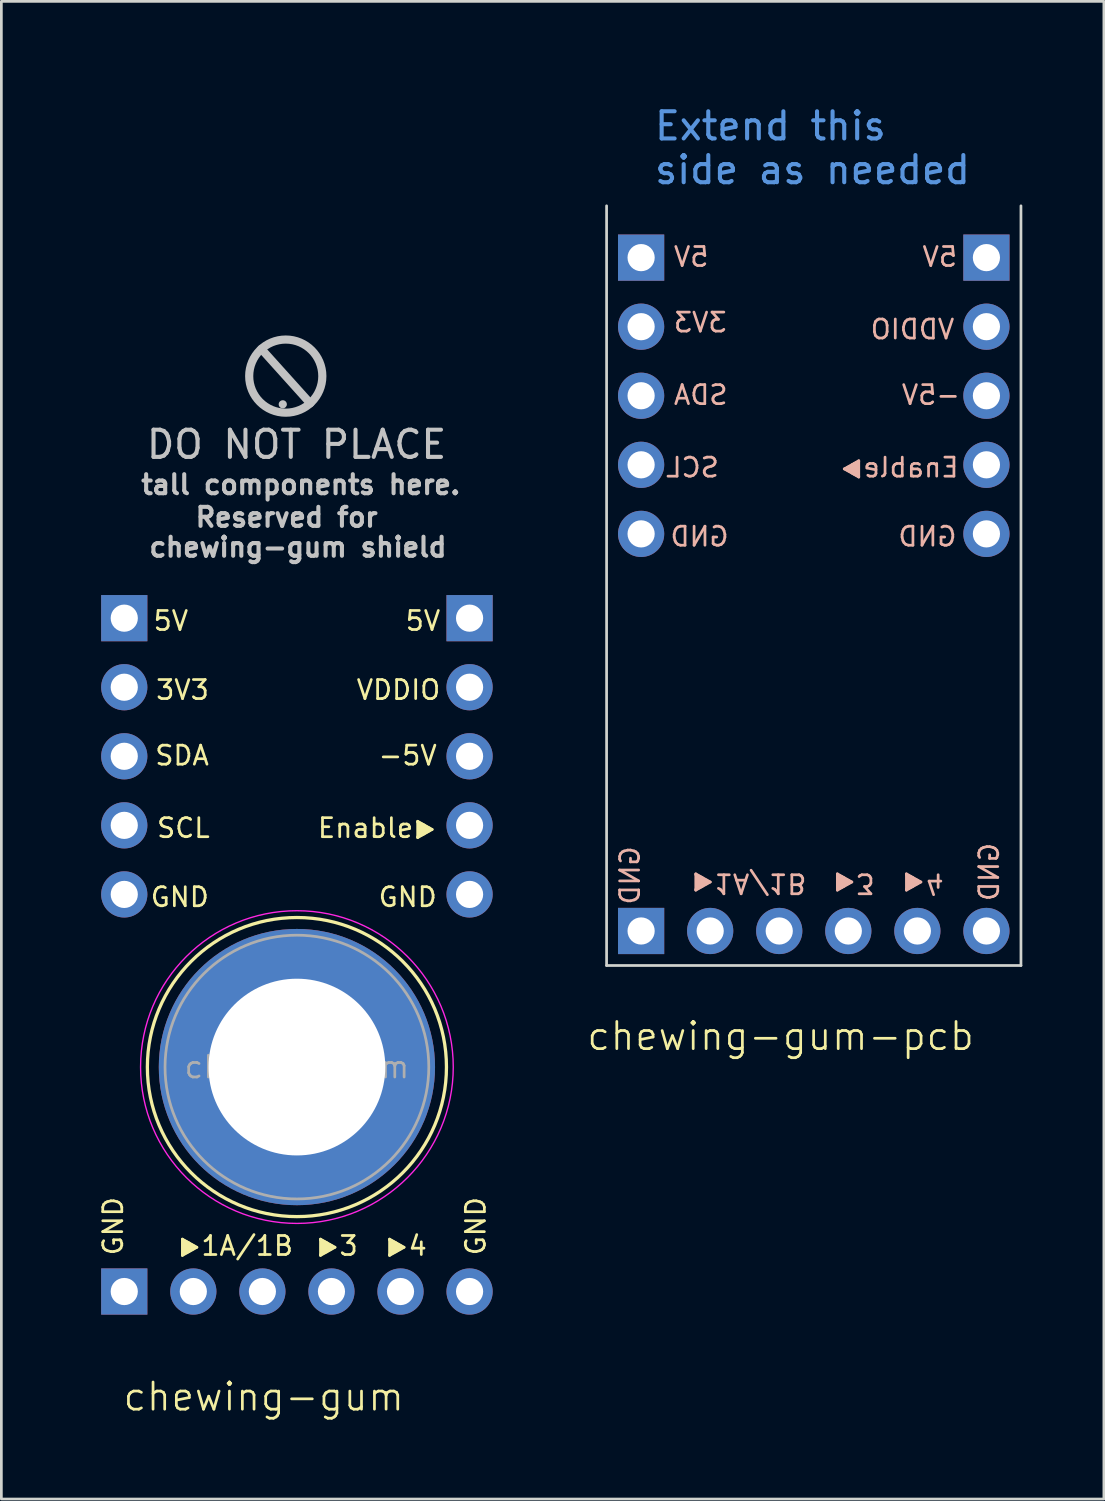
<source format=kicad_pcb>
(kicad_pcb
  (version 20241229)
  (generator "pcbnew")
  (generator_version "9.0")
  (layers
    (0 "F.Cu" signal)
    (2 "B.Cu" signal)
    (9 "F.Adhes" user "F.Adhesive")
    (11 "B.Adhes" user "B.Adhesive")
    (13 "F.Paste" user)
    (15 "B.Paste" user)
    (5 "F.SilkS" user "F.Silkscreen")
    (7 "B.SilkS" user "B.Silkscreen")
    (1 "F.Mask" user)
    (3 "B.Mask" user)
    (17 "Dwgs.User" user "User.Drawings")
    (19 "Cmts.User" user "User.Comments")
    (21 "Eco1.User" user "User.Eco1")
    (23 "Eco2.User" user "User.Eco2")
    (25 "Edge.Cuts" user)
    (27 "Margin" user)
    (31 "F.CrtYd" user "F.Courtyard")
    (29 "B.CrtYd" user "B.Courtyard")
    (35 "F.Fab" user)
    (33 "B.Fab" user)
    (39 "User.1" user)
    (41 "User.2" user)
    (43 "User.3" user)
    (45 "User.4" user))
  (footprint "chewing-gum"
    (layer "F.Cu")
    (at 0.25 45.72)
    (property "Reference" "chewing-gum" (at 6.4 2.6 0) (unlocked yes) (layer "F.SilkS") (effects (font (size 1 1) (thickness 0.1))))
    (attr through_hole)
    (fp_circle (center 7.62 -9.525) (end 13.12 -9.525) (stroke (width 0.12) (type solid)) (fill no) (layer "F.SilkS"))
    (fp_line (start 7.1 -33.9) (end 7.1 -33.9) (stroke (width 0.3) (type default)) (layer "Dwgs.User"))
    (fp_line (start 8.11 -33.937) (end 6.31 -35.937) (stroke (width 0.3) (type default)) (layer "Dwgs.User"))
    (fp_circle (center 7.21 -34.937) (end 8.555 -34.937) (stroke (width 0.3) (type default)) (fill no) (layer "Dwgs.User"))
    (fp_circle (center 7.62 -9.525) (end 13.37 -9.525) (stroke (width 0.05) (type solid)) (fill no) (layer "F.CrtYd"))
    (fp_circle (center 7.62 -9.525) (end 9.62 -9.525) (stroke (width 0.1) (type solid)) (fill no) (layer "F.Fab"))
    (fp_circle (center 7.62 -9.525) (end 12.47 -9.475) (stroke (width 0.1) (type solid)) (fill no) (layer "F.Fab"))
    (fp_text user "5V" (at 12.954 -25.527 0) (unlocked yes) (layer "F.SilkS") (effects (font (size 0.7 0.7) (thickness 0.1)) (justify right bottom)))
    (fp_text user "▶4" (at 10.795 -2.54 0) (unlocked yes) (layer "F.SilkS") (effects (font (size 0.7 0.7) (thickness 0.1)) (justify left bottom)))
    (fp_text user "SCL" (at 2.413 -17.907 0) (unlocked yes) (layer "F.SilkS") (effects (font (size 0.7 0.7) (thickness 0.1)) (justify left bottom)))
    (fp_text user "-5V" (at 12.827 -20.574 0) (unlocked yes) (layer "F.SilkS") (effects (font (size 0.7 0.7) (thickness 0.1)) (justify right bottom)))
    (fp_text user "GND" (at 1.27 -2.54 90) (unlocked yes) (layer "F.SilkS") (effects (font (size 0.7 0.7) (thickness 0.1)) (justify left bottom)))
    (fp_text user "▶3" (at 8.255 -2.54 0) (unlocked yes) (layer "F.SilkS") (effects (font (size 0.7 0.7) (thickness 0.1)) (justify left bottom)))
    (fp_text user "SDA" (at 4.445 -20.574 0) (unlocked yes) (layer "F.SilkS") (effects (font (size 0.7 0.7) (thickness 0.1)) (justify right bottom)))
    (fp_text user "3V3" (at 4.445 -22.987 0) (unlocked yes) (layer "F.SilkS") (effects (font (size 0.7 0.7) (thickness 0.1)) (justify right bottom)))
    (fp_text user "Enable▶" (at 12.827 -17.907 0) (unlocked yes) (layer "F.SilkS") (effects (font (size 0.7 0.7) (thickness 0.1)) (justify right bottom)))
    (fp_text user "▶1A/1B" (at 3.175 -2.54 0) (unlocked yes) (layer "F.SilkS") (effects (font (size 0.7 0.7) (thickness 0.1)) (justify left bottom)))
    (fp_text user "VDDIO" (at 12.954 -22.987 0) (unlocked yes) (layer "F.SilkS") (effects (font (size 0.7 0.7) (thickness 0.1)) (justify right bottom)))
    (fp_text user "GND" (at 14.605 -2.54 90) (unlocked yes) (layer "F.SilkS") (effects (font (size 0.7 0.7) (thickness 0.1)) (justify left bottom)))
    (fp_text user "GND" (at 12.827 -15.367 0) (unlocked yes) (layer "F.SilkS") (effects (font (size 0.7 0.7) (thickness 0.1)) (justify right bottom)))
    (fp_text user "GND" (at 4.445 -15.367 0) (unlocked yes) (layer "F.SilkS") (effects (font (size 0.7 0.7) (thickness 0.1)) (justify right bottom)))
    (fp_text user "5V" (at 3.683 -25.527 0) (unlocked yes) (layer "F.SilkS") (effects (font (size 0.7 0.7) (thickness 0.1)) (justify right bottom)))
    (fp_text user "DO NOT PLACE" (at 2.01 -31.837 0) (unlocked yes) (layer "Dwgs.User") (effects (font (size 1 1) (thickness 0.15)) (justify left bottom)))
    (fp_text user "tall components here." (at 1.81 -30.537 0) (unlocked yes) (layer "Dwgs.User") (effects (font (size 0.7 0.7) (thickness 0.15)) (justify left bottom)))
    (fp_text user "chewing-gum shield" (at 2.11 -28.237 0) (unlocked yes) (layer "Dwgs.User") (effects (font (size 0.7 0.7) (thickness 0.15)) (justify left bottom)))
    (fp_text user "Reserved for" (at 3.81 -29.337 0) (unlocked yes) (layer "Dwgs.User") (effects (font (size 0.7 0.7) (thickness 0.15)) (justify left bottom)))
    (fp_text user "${REFERENCE}" (at 7.62 -9.525 0) (layer "F.Fab") (effects (font (size 0.8 0.8) (thickness 0.1))))
    (pad "A1" thru_hole rect (at 1.27 -26.035 90) (size 1.7 1.7) (drill 1) (layers "*.Cu" "*.Mask"))
    (pad "A2" thru_hole circle (at 1.27 -23.495 90) (size 1.7 1.7) (drill 1) (layers "*.Cu" "*.Mask"))
    (pad "A3" thru_hole circle (at 1.27 -20.955 90) (size 1.7 1.7) (drill 1) (layers "*.Cu" "*.Mask"))
    (pad "A4" thru_hole circle (at 1.27 -18.415 90) (size 1.7 1.7) (drill 1) (layers "*.Cu" "*.Mask"))
    (pad "A5" thru_hole circle (at 1.27 -15.875 90) (size 1.7 1.7) (drill 1) (layers "*.Cu" "*.Mask"))
    (pad "B1" thru_hole rect (at 13.97 -26.035 90) (size 1.7 1.7) (drill 1) (layers "*.Cu" "*.Mask"))
    (pad "B2" thru_hole circle (at 13.97 -23.495 90) (size 1.7 1.7) (drill 1) (layers "*.Cu" "*.Mask"))
    (pad "B3" thru_hole circle (at 13.97 -20.955 90) (size 1.7 1.7) (drill 1) (layers "*.Cu" "*.Mask"))
    (pad "B4" thru_hole circle (at 13.97 -18.415 90) (size 1.7 1.7) (drill 1) (layers "*.Cu" "*.Mask"))
    (pad "B5" thru_hole circle (at 13.97 -15.875 90) (size 1.7 1.7) (drill 1) (layers "*.Cu" "*.Mask"))
    (pad "C1" thru_hole rect (at 1.27 -1.27) (size 1.7 1.7) (drill 1) (layers "*.Cu" "*.Mask"))
    (pad "C2" thru_hole circle (at 3.81 -1.27) (size 1.7 1.7) (drill 1) (layers "*.Cu" "*.Mask"))
    (pad "C3" thru_hole circle (at 6.35 -1.27) (size 1.7 1.7) (drill 1) (layers "*.Cu" "*.Mask"))
    (pad "C4" thru_hole circle (at 8.89 -1.27) (size 1.7 1.7) (drill 1) (layers "*.Cu" "*.Mask"))
    (pad "C5" thru_hole circle (at 11.43 -1.27) (size 1.7 1.7) (drill 1) (layers "*.Cu" "*.Mask"))
    (pad "C6" thru_hole circle (at 13.97 -1.27) (size 1.7 1.7) (drill 1) (layers "*.Cu" "*.Mask"))
    (pad "D1" thru_hole circle (at 7.62 -9.525) (size 10.16 10.16) (drill 6.5) (layers "*.Cu" "*.Mask"))
    (zone (net_name "") (layer "Dwgs.User") (name "DO NOT PLACE") (hatch edge 0.5) (connect_pads) (min_thickness 0.25) (filled_areas_thickness no) (keepout (tracks allowed) (vias allowed) (pads allowed) (copperpour allowed) (footprints not_allowed)) (placement (enabled no)) (fill) (polygon (pts (xy 0.25 45.72) (xy 0.25 0) (xy 15.49 0) (xy 15.49 45.72)))))
  (footprint "chewing-gum-pcb"
    (layer "F.Cu")
    (at 19.259 32.46)
    (property "Reference" "chewing-gum-pcb" (at 6.4 2.6 0) (unlocked yes) (layer "F.SilkS") (effects (font (size 1 1) (thickness 0.1))))
    (attr through_hole)
    (fp_line (start 0 -27.94) (end 0 0) (stroke (width 0.1) (type default)) (layer "Edge.Cuts"))
    (fp_line (start 0 0) (end 15.24 0) (stroke (width 0.1) (type default)) (layer "Edge.Cuts"))
    (fp_line (start 15.24 0) (end 15.24 -27.94) (stroke (width 0.1) (type default)) (layer "Edge.Cuts"))
    (fp_text user "SDA" (at 2.413 -20.574 0) (unlocked yes) (layer "B.SilkS") (effects (font (size 0.7 0.7) (thickness 0.1)) (justify right bottom mirror)))
    (fp_text user "Enable▶" (at 8.509 -17.907 0) (unlocked yes) (layer "B.SilkS") (effects (font (size 0.7 0.7) (thickness 0.1)) (justify right bottom mirror)))
    (fp_text user "GND" (at 10.668 -15.367 0) (unlocked yes) (layer "B.SilkS") (effects (font (size 0.7 0.7) (thickness 0.1)) (justify right bottom mirror)))
    (fp_text user "-5V" (at 10.795 -20.574 0) (unlocked yes) (layer "B.SilkS") (effects (font (size 0.7 0.7) (thickness 0.1)) (justify right bottom mirror)))
    (fp_text user "GND" (at 14.478 -4.572 90) (unlocked yes) (layer "B.SilkS") (effects (font (size 0.7 0.7) (thickness 0.1)) (justify left bottom mirror)))
    (fp_text user "GND" (at 1.27 -4.445 90) (unlocked yes) (layer "B.SilkS") (effects (font (size 0.7 0.7) (thickness 0.1)) (justify left bottom mirror)))
    (fp_text user "5V" (at 11.557 -25.654 0) (unlocked yes) (layer "B.SilkS") (effects (font (size 0.7 0.7) (thickness 0.1)) (justify right bottom mirror)))
    (fp_text user "▶4" (at 10.795 -3.429 180) (unlocked yes) (layer "B.SilkS") (effects (font (size 0.7 0.7) (thickness 0.1)) (justify left bottom mirror)))
    (fp_text user "VDDIO" (at 9.652 -22.987 0) (unlocked yes) (layer "B.SilkS") (effects (font (size 0.7 0.7) (thickness 0.1)) (justify right bottom mirror)))
    (fp_text user "▶1A/1B" (at 3.048 -3.429 180) (unlocked yes) (layer "B.SilkS") (effects (font (size 0.7 0.7) (thickness 0.1)) (justify left bottom mirror)))
    (fp_text user "3V3" (at 2.413 -23.241 0) (unlocked yes) (layer "B.SilkS") (effects (font (size 0.7 0.7) (thickness 0.1)) (justify right bottom mirror)))
    (fp_text user "▶3" (at 8.255 -3.429 180) (unlocked yes) (layer "B.SilkS") (effects (font (size 0.7 0.7) (thickness 0.1)) (justify left bottom mirror)))
    (fp_text user "5V" (at 2.413 -25.654 0) (unlocked yes) (layer "B.SilkS") (effects (font (size 0.7 0.7) (thickness 0.1)) (justify right bottom mirror)))
    (fp_text user "GND" (at 2.286 -15.367 0) (unlocked yes) (layer "B.SilkS") (effects (font (size 0.7 0.7) (thickness 0.1)) (justify right bottom mirror)))
    (fp_text user "SCL" (at 4.191 -17.907 0) (unlocked yes) (layer "B.SilkS") (effects (font (size 0.7 0.7) (thickness 0.1)) (justify left bottom mirror)))
    (fp_text_box "Extend this\nside as needed" (start 0.762 -32.385) (end 14.351 -27.94) (margins 1.002 1.002 1.002 1.002) (layer "Cmts.User") (effects (font (size 1 1) (thickness 0.15)) (justify left top)) (border no) (stroke (width 0.15) (type solid)))
    (pad "A1" thru_hole rect (at 1.27 -26.035 90) (size 1.7 1.7) (drill 1) (layers "*.Cu" "*.Mask"))
    (pad "A2" thru_hole circle (at 1.27 -23.495 90) (size 1.7 1.7) (drill 1) (layers "*.Cu" "*.Mask"))
    (pad "A3" thru_hole circle (at 1.27 -20.955 90) (size 1.7 1.7) (drill 1) (layers "*.Cu" "*.Mask"))
    (pad "A4" thru_hole circle (at 1.27 -18.415 90) (size 1.7 1.7) (drill 1) (layers "*.Cu" "*.Mask"))
    (pad "A5" thru_hole circle (at 1.27 -15.875 90) (size 1.7 1.7) (drill 1) (layers "*.Cu" "*.Mask"))
    (pad "B1" thru_hole rect (at 13.97 -26.035 90) (size 1.7 1.7) (drill 1) (layers "*.Cu" "*.Mask"))
    (pad "B2" thru_hole circle (at 13.97 -23.495 90) (size 1.7 1.7) (drill 1) (layers "*.Cu" "*.Mask"))
    (pad "B3" thru_hole circle (at 13.97 -20.955 90) (size 1.7 1.7) (drill 1) (layers "*.Cu" "*.Mask"))
    (pad "B4" thru_hole circle (at 13.97 -18.415 90) (size 1.7 1.7) (drill 1) (layers "*.Cu" "*.Mask"))
    (pad "B5" thru_hole circle (at 13.97 -15.875 90) (size 1.7 1.7) (drill 1) (layers "*.Cu" "*.Mask"))
    (pad "C1" thru_hole rect (at 1.27 -1.27) (size 1.7 1.7) (drill 1) (layers "*.Cu" "*.Mask"))
    (pad "C2" thru_hole circle (at 3.81 -1.27) (size 1.7 1.7) (drill 1) (layers "*.Cu" "*.Mask"))
    (pad "C3" thru_hole circle (at 6.35 -1.27) (size 1.7 1.7) (drill 1) (layers "*.Cu" "*.Mask"))
    (pad "C4" thru_hole circle (at 8.89 -1.27) (size 1.7 1.7) (drill 1) (layers "*.Cu" "*.Mask"))
    (pad "C5" thru_hole circle (at 11.43 -1.27) (size 1.7 1.7) (drill 1) (layers "*.Cu" "*.Mask"))
    (pad "C6" thru_hole circle (at 13.97 -1.27) (size 1.7 1.7) (drill 1) (layers "*.Cu" "*.Mask")))
  (gr_rect
    (start -3 -3)
    (end 37.549 52.081)
    (stroke (width 0.1) (type default))
    (fill no)
    (layer "Edge.Cuts")))
</source>
